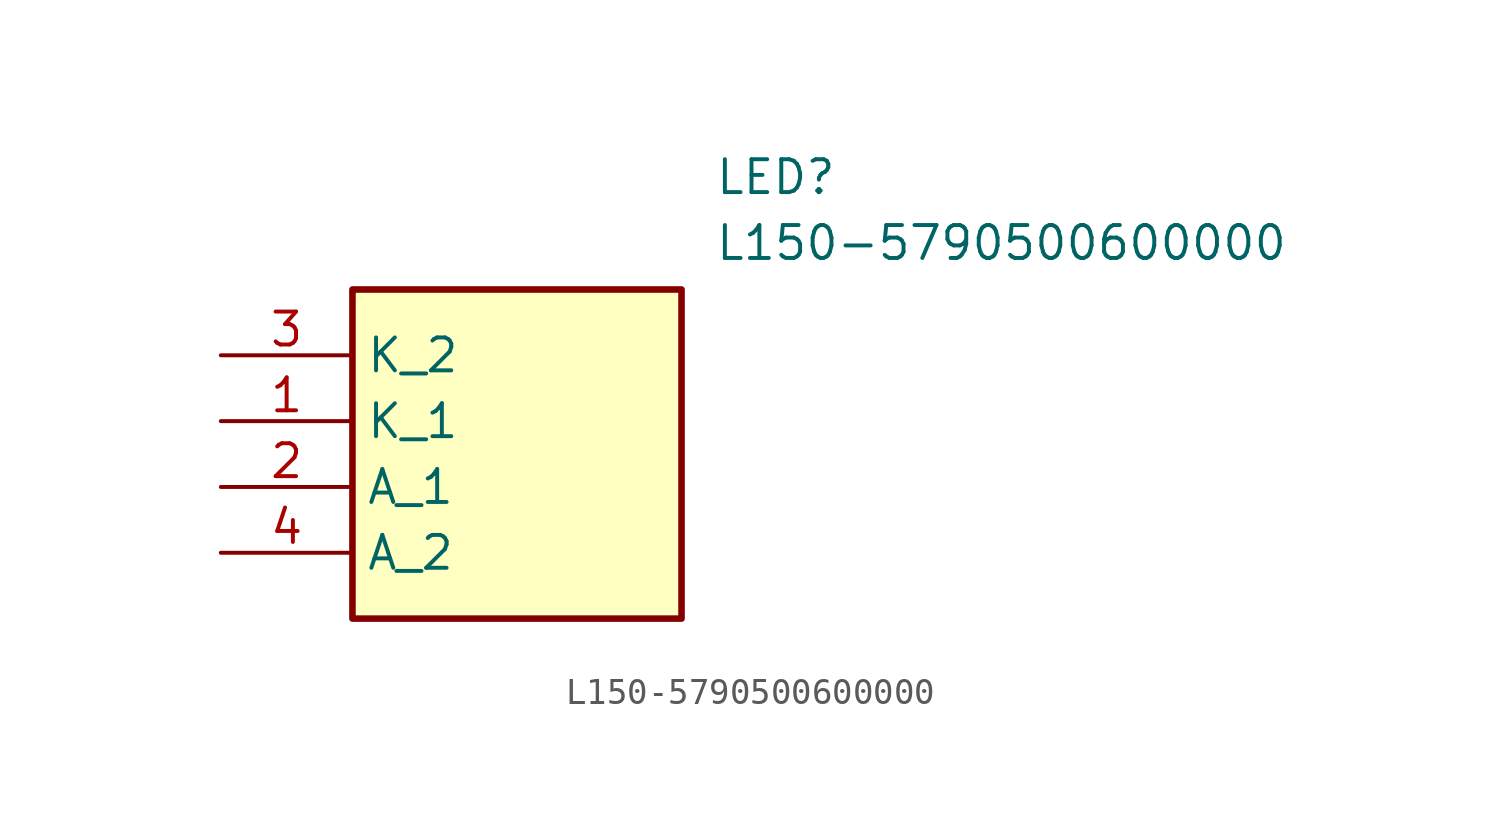
<source format=kicad_sym>
(kicad_symbol_lib
  (version 20211014)
  (generator SamacSys_ECAD_Model)
  (symbol "L150-5790500600000"
    (property "Reference" "LED"
      (at 19.05 7.62 0)
      (effects (font (size 1.27 1.27)) (justify left top)))
    (property "Value" "L150-5790500600000"
      (at 19.05 5.08 0)
      (effects (font (size 1.27 1.27)) (justify left top)))
    (rectangle
      (start 5.08 2.54)
      (end 17.78 -10.16)
      (stroke (width 0.254) (type default))
      (fill (type background)))
    (pin passive line
      (at 0 -2.54 0)
      (length 5.08)
      (name "K_1" (effects (font (size 1.27 1.27))))
      (number "1" (effects (font (size 1.27 1.27)))))
    (pin passive line
      (at 0 -5.08 0)
      (length 5.08)
      (name "A_1" (effects (font (size 1.27 1.27))))
      (number "2" (effects (font (size 1.27 1.27)))))
    (pin passive line
      (at 0 0 0)
      (length 5.08)
      (name "K_2" (effects (font (size 1.27 1.27))))
      (number "3" (effects (font (size 1.27 1.27)))))
    (pin passive line
      (at 0 -7.62 0)
      (length 5.08)
      (name "A_2" (effects (font (size 1.27 1.27))))
      (number "4" (effects (font (size 1.27 1.27)))))))
</source>
